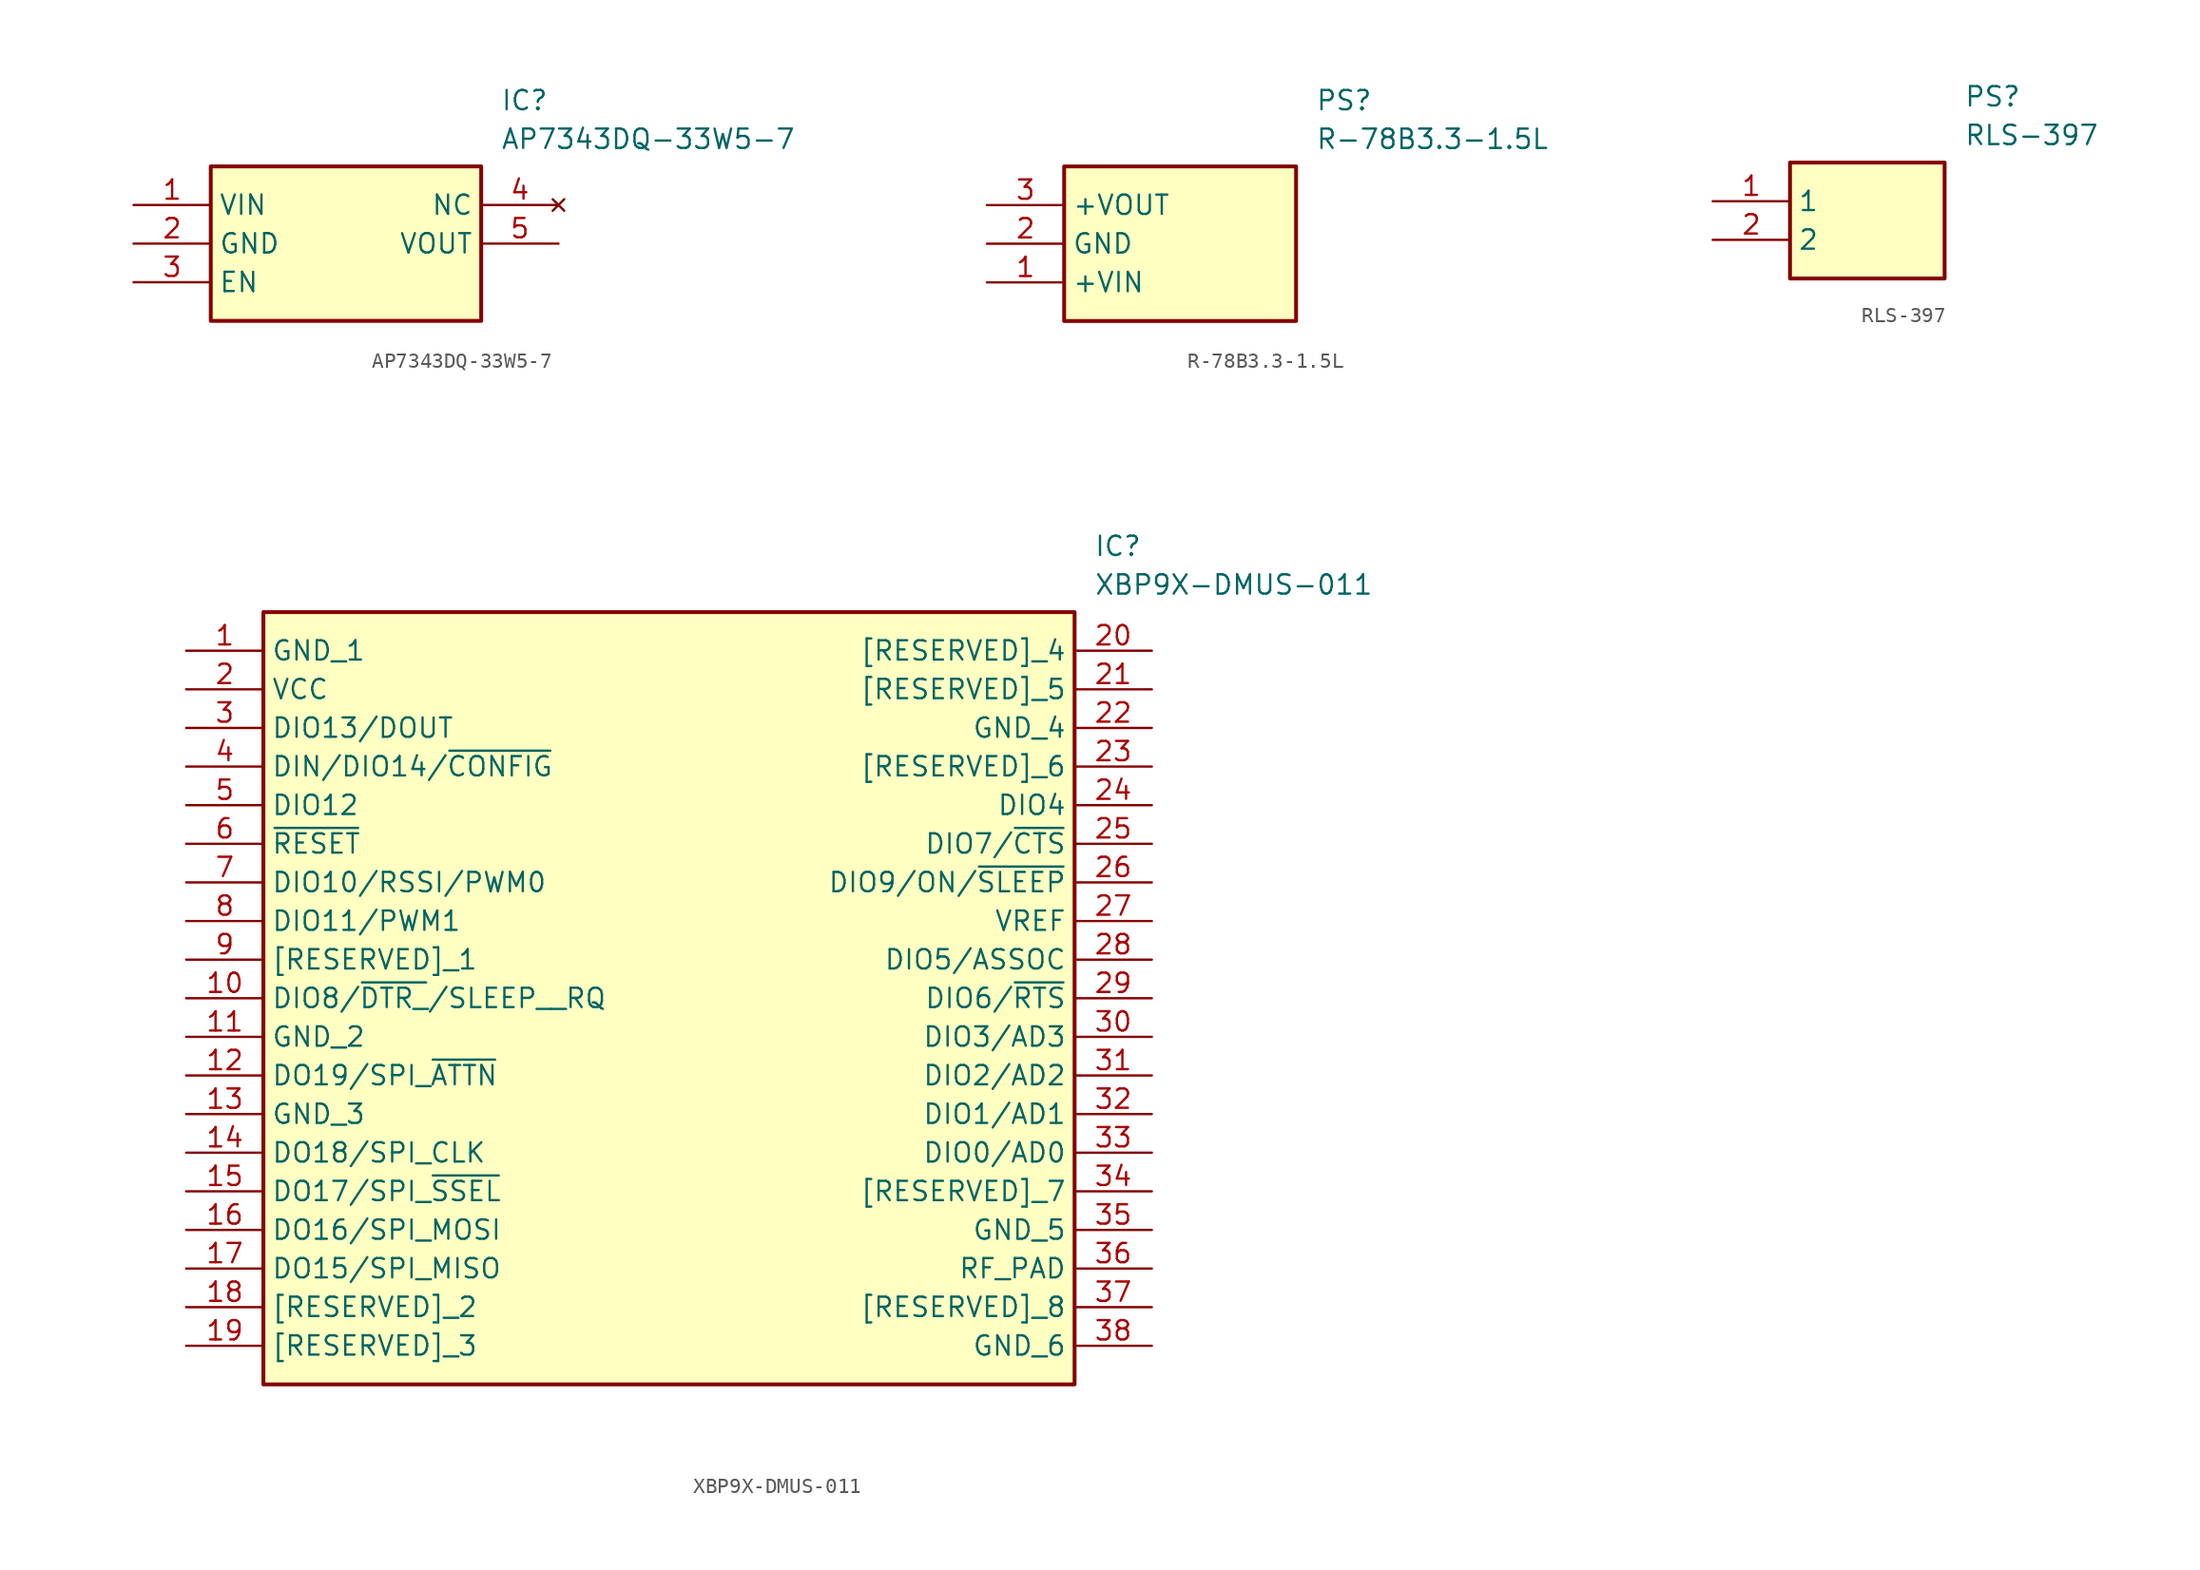
<source format=kicad_sym>
(kicad_symbol_lib
  (version 20220914)
  (generator kicad_symbol_editor)
  (symbol "AP7343DQ-33W5-7"
    (property "Reference" "IC"
      (at 24.13 7.62 0)
      (effects (font (size 1.27 1.27)) (justify left top)))
    (property "Value" "AP7343DQ-33W5-7"
      (at 24.13 5.08 0)
      (effects (font (size 1.27 1.27)) (justify left top)))
    (symbol "AP7343DQ-33W5-7_1_1"
      (rectangle (start 5.08 2.54) (end 22.86 -7.62) (stroke (width 0.254) (type default)) (fill (type background)))
      (pin power_in line (at 0 0 0) (length 5.08) (name "VIN" (effects (font (size 1.27 1.27)))) (number "1" (effects (font (size 1.27 1.27)))))
      (pin power_in line (at 0 -2.54 0) (length 5.08) (name "GND" (effects (font (size 1.27 1.27)))) (number "2" (effects (font (size 1.27 1.27)))))
      (pin input line (at 0 -5.08 0) (length 5.08) (name "EN" (effects (font (size 1.27 1.27)))) (number "3" (effects (font (size 1.27 1.27)))))
      (pin no_connect line (at 27.94 0 180) (length 5.08) (name "NC" (effects (font (size 1.27 1.27)))) (number "4" (effects (font (size 1.27 1.27)))))
      (pin power_in line (at 27.94 -2.54 180) (length 5.08) (name "VOUT" (effects (font (size 1.27 1.27)))) (number "5" (effects (font (size 1.27 1.27)))))))
  (symbol "R-78B3.3-1.5L"
    (property "Reference" "PS"
      (at 21.59 7.62 0)
      (effects (font (size 1.27 1.27)) (justify left top)))
    (property "Value" "R-78B3.3-1.5L"
      (at 21.59 5.08 0)
      (effects (font (size 1.27 1.27)) (justify left top)))
    (symbol "R-78B3.3-1.5L_1_1"
      (rectangle (start 5.08 2.54) (end 20.32 -7.62) (stroke (width 0.254) (type default)) (fill (type background)))
      (pin passive line (at 0 -5.08 0) (length 5.08) (name "+VIN" (effects (font (size 1.27 1.27)))) (number "1" (effects (font (size 1.27 1.27)))))
      (pin passive line (at 0 -2.54 0) (length 5.08) (name "GND" (effects (font (size 1.27 1.27)))) (number "2" (effects (font (size 1.27 1.27)))))
      (pin passive line (at 0 0 0) (length 5.08) (name "+VOUT" (effects (font (size 1.27 1.27)))) (number "3" (effects (font (size 1.27 1.27)))))))
  (symbol "RLS-397"
    (property "Reference" "PS"
      (at 16.51 7.62 0)
      (effects (font (size 1.27 1.27)) (justify left top)))
    (property "Value" "RLS-397"
      (at 16.51 5.08 0)
      (effects (font (size 1.27 1.27)) (justify left top)))
    (symbol "RLS-397_1_1"
      (rectangle (start 5.08 2.54) (end 15.24 -5.08) (stroke (width 0.254) (type default)) (fill (type background)))
      (pin passive line (at 0 0 0) (length 5.08) (name "1" (effects (font (size 1.27 1.27)))) (number "1" (effects (font (size 1.27 1.27)))))
      (pin passive line (at 0 -2.54 0) (length 5.08) (name "2" (effects (font (size 1.27 1.27)))) (number "2" (effects (font (size 1.27 1.27)))))))
  (symbol "XBP9X-DMUS-011"
    (property "Reference" "IC"
      (at 59.69 7.62 0)
      (effects (font (size 1.27 1.27)) (justify left top)))
    (property "Value" "XBP9X-DMUS-011"
      (at 59.69 5.08 0)
      (effects (font (size 1.27 1.27)) (justify left top)))
    (symbol "XBP9X-DMUS-011_1_1"
      (rectangle (start 5.08 2.54) (end 58.42 -48.26) (stroke (width 0.254) (type default)) (fill (type background)))
      (pin passive line (at 0 0 0) (length 5.08) (name "GND_1" (effects (font (size 1.27 1.27)))) (number "1" (effects (font (size 1.27 1.27)))))
      (pin passive line (at 0 -22.86 0) (length 5.08) (name "DIO8/~{DTR_}/SLEEP__RQ" (effects (font (size 1.27 1.27)))) (number "10" (effects (font (size 1.27 1.27)))))
      (pin passive line (at 0 -25.4 0) (length 5.08) (name "GND_2" (effects (font (size 1.27 1.27)))) (number "11" (effects (font (size 1.27 1.27)))))
      (pin passive line (at 0 -27.94 0) (length 5.08) (name "DO19/SPI_~{ATTN}" (effects (font (size 1.27 1.27)))) (number "12" (effects (font (size 1.27 1.27)))))
      (pin passive line (at 0 -30.48 0) (length 5.08) (name "GND_3" (effects (font (size 1.27 1.27)))) (number "13" (effects (font (size 1.27 1.27)))))
      (pin passive line (at 0 -33.02 0) (length 5.08) (name "DO18/SPI_CLK" (effects (font (size 1.27 1.27)))) (number "14" (effects (font (size 1.27 1.27)))))
      (pin passive line (at 0 -35.56 0) (length 5.08) (name "DO17/SPI_~{SSEL}" (effects (font (size 1.27 1.27)))) (number "15" (effects (font (size 1.27 1.27)))))
      (pin passive line (at 0 -38.1 0) (length 5.08) (name "DO16/SPI_MOSI" (effects (font (size 1.27 1.27)))) (number "16" (effects (font (size 1.27 1.27)))))
      (pin passive line (at 0 -40.64 0) (length 5.08) (name "DO15/SPI_MISO" (effects (font (size 1.27 1.27)))) (number "17" (effects (font (size 1.27 1.27)))))
      (pin passive line (at 0 -43.18 0) (length 5.08) (name "[RESERVED]_2" (effects (font (size 1.27 1.27)))) (number "18" (effects (font (size 1.27 1.27)))))
      (pin passive line (at 0 -45.72 0) (length 5.08) (name "[RESERVED]_3" (effects (font (size 1.27 1.27)))) (number "19" (effects (font (size 1.27 1.27)))))
      (pin passive line (at 0 -2.54 0) (length 5.08) (name "VCC" (effects (font (size 1.27 1.27)))) (number "2" (effects (font (size 1.27 1.27)))))
      (pin passive line (at 63.5 0 180) (length 5.08) (name "[RESERVED]_4" (effects (font (size 1.27 1.27)))) (number "20" (effects (font (size 1.27 1.27)))))
      (pin passive line (at 63.5 -2.54 180) (length 5.08) (name "[RESERVED]_5" (effects (font (size 1.27 1.27)))) (number "21" (effects (font (size 1.27 1.27)))))
      (pin passive line (at 63.5 -5.08 180) (length 5.08) (name "GND_4" (effects (font (size 1.27 1.27)))) (number "22" (effects (font (size 1.27 1.27)))))
      (pin passive line (at 63.5 -7.62 180) (length 5.08) (name "[RESERVED]_6" (effects (font (size 1.27 1.27)))) (number "23" (effects (font (size 1.27 1.27)))))
      (pin passive line (at 63.5 -10.16 180) (length 5.08) (name "DIO4" (effects (font (size 1.27 1.27)))) (number "24" (effects (font (size 1.27 1.27)))))
      (pin passive line (at 63.5 -12.7 180) (length 5.08) (name "DIO7/~{CTS}" (effects (font (size 1.27 1.27)))) (number "25" (effects (font (size 1.27 1.27)))))
      (pin passive line (at 63.5 -15.24 180) (length 5.08) (name "DIO9/ON/~{SLEEP}" (effects (font (size 1.27 1.27)))) (number "26" (effects (font (size 1.27 1.27)))))
      (pin passive line (at 63.5 -17.78 180) (length 5.08) (name "VREF" (effects (font (size 1.27 1.27)))) (number "27" (effects (font (size 1.27 1.27)))))
      (pin passive line (at 63.5 -20.32 180) (length 5.08) (name "DIO5/ASSOC" (effects (font (size 1.27 1.27)))) (number "28" (effects (font (size 1.27 1.27)))))
      (pin passive line (at 63.5 -22.86 180) (length 5.08) (name "DIO6/~{RTS}" (effects (font (size 1.27 1.27)))) (number "29" (effects (font (size 1.27 1.27)))))
      (pin passive line (at 0 -5.08 0) (length 5.08) (name "DIO13/DOUT" (effects (font (size 1.27 1.27)))) (number "3" (effects (font (size 1.27 1.27)))))
      (pin passive line (at 63.5 -25.4 180) (length 5.08) (name "DIO3/AD3" (effects (font (size 1.27 1.27)))) (number "30" (effects (font (size 1.27 1.27)))))
      (pin passive line (at 63.5 -27.94 180) (length 5.08) (name "DIO2/AD2" (effects (font (size 1.27 1.27)))) (number "31" (effects (font (size 1.27 1.27)))))
      (pin passive line (at 63.5 -30.48 180) (length 5.08) (name "DIO1/AD1" (effects (font (size 1.27 1.27)))) (number "32" (effects (font (size 1.27 1.27)))))
      (pin passive line (at 63.5 -33.02 180) (length 5.08) (name "DIO0/AD0" (effects (font (size 1.27 1.27)))) (number "33" (effects (font (size 1.27 1.27)))))
      (pin passive line (at 63.5 -35.56 180) (length 5.08) (name "[RESERVED]_7" (effects (font (size 1.27 1.27)))) (number "34" (effects (font (size 1.27 1.27)))))
      (pin passive line (at 63.5 -38.1 180) (length 5.08) (name "GND_5" (effects (font (size 1.27 1.27)))) (number "35" (effects (font (size 1.27 1.27)))))
      (pin passive line (at 63.5 -40.64 180) (length 5.08) (name "RF_PAD" (effects (font (size 1.27 1.27)))) (number "36" (effects (font (size 1.27 1.27)))))
      (pin passive line (at 63.5 -43.18 180) (length 5.08) (name "[RESERVED]_8" (effects (font (size 1.27 1.27)))) (number "37" (effects (font (size 1.27 1.27)))))
      (pin passive line (at 63.5 -45.72 180) (length 5.08) (name "GND_6" (effects (font (size 1.27 1.27)))) (number "38" (effects (font (size 1.27 1.27)))))
      (pin passive line (at 0 -7.62 0) (length 5.08) (name "DIN/DIO14/~{CONFIG}" (effects (font (size 1.27 1.27)))) (number "4" (effects (font (size 1.27 1.27)))))
      (pin passive line (at 0 -10.16 0) (length 5.08) (name "DIO12" (effects (font (size 1.27 1.27)))) (number "5" (effects (font (size 1.27 1.27)))))
      (pin passive line (at 0 -12.7 0) (length 5.08) (name "~{RESET}" (effects (font (size 1.27 1.27)))) (number "6" (effects (font (size 1.27 1.27)))))
      (pin passive line (at 0 -15.24 0) (length 5.08) (name "DIO10/RSSI/PWM0" (effects (font (size 1.27 1.27)))) (number "7" (effects (font (size 1.27 1.27)))))
      (pin passive line (at 0 -17.78 0) (length 5.08) (name "DIO11/PWM1" (effects (font (size 1.27 1.27)))) (number "8" (effects (font (size 1.27 1.27)))))
      (pin passive line (at 0 -20.32 0) (length 5.08) (name "[RESERVED]_1" (effects (font (size 1.27 1.27)))) (number "9" (effects (font (size 1.27 1.27))))))))
</source>
